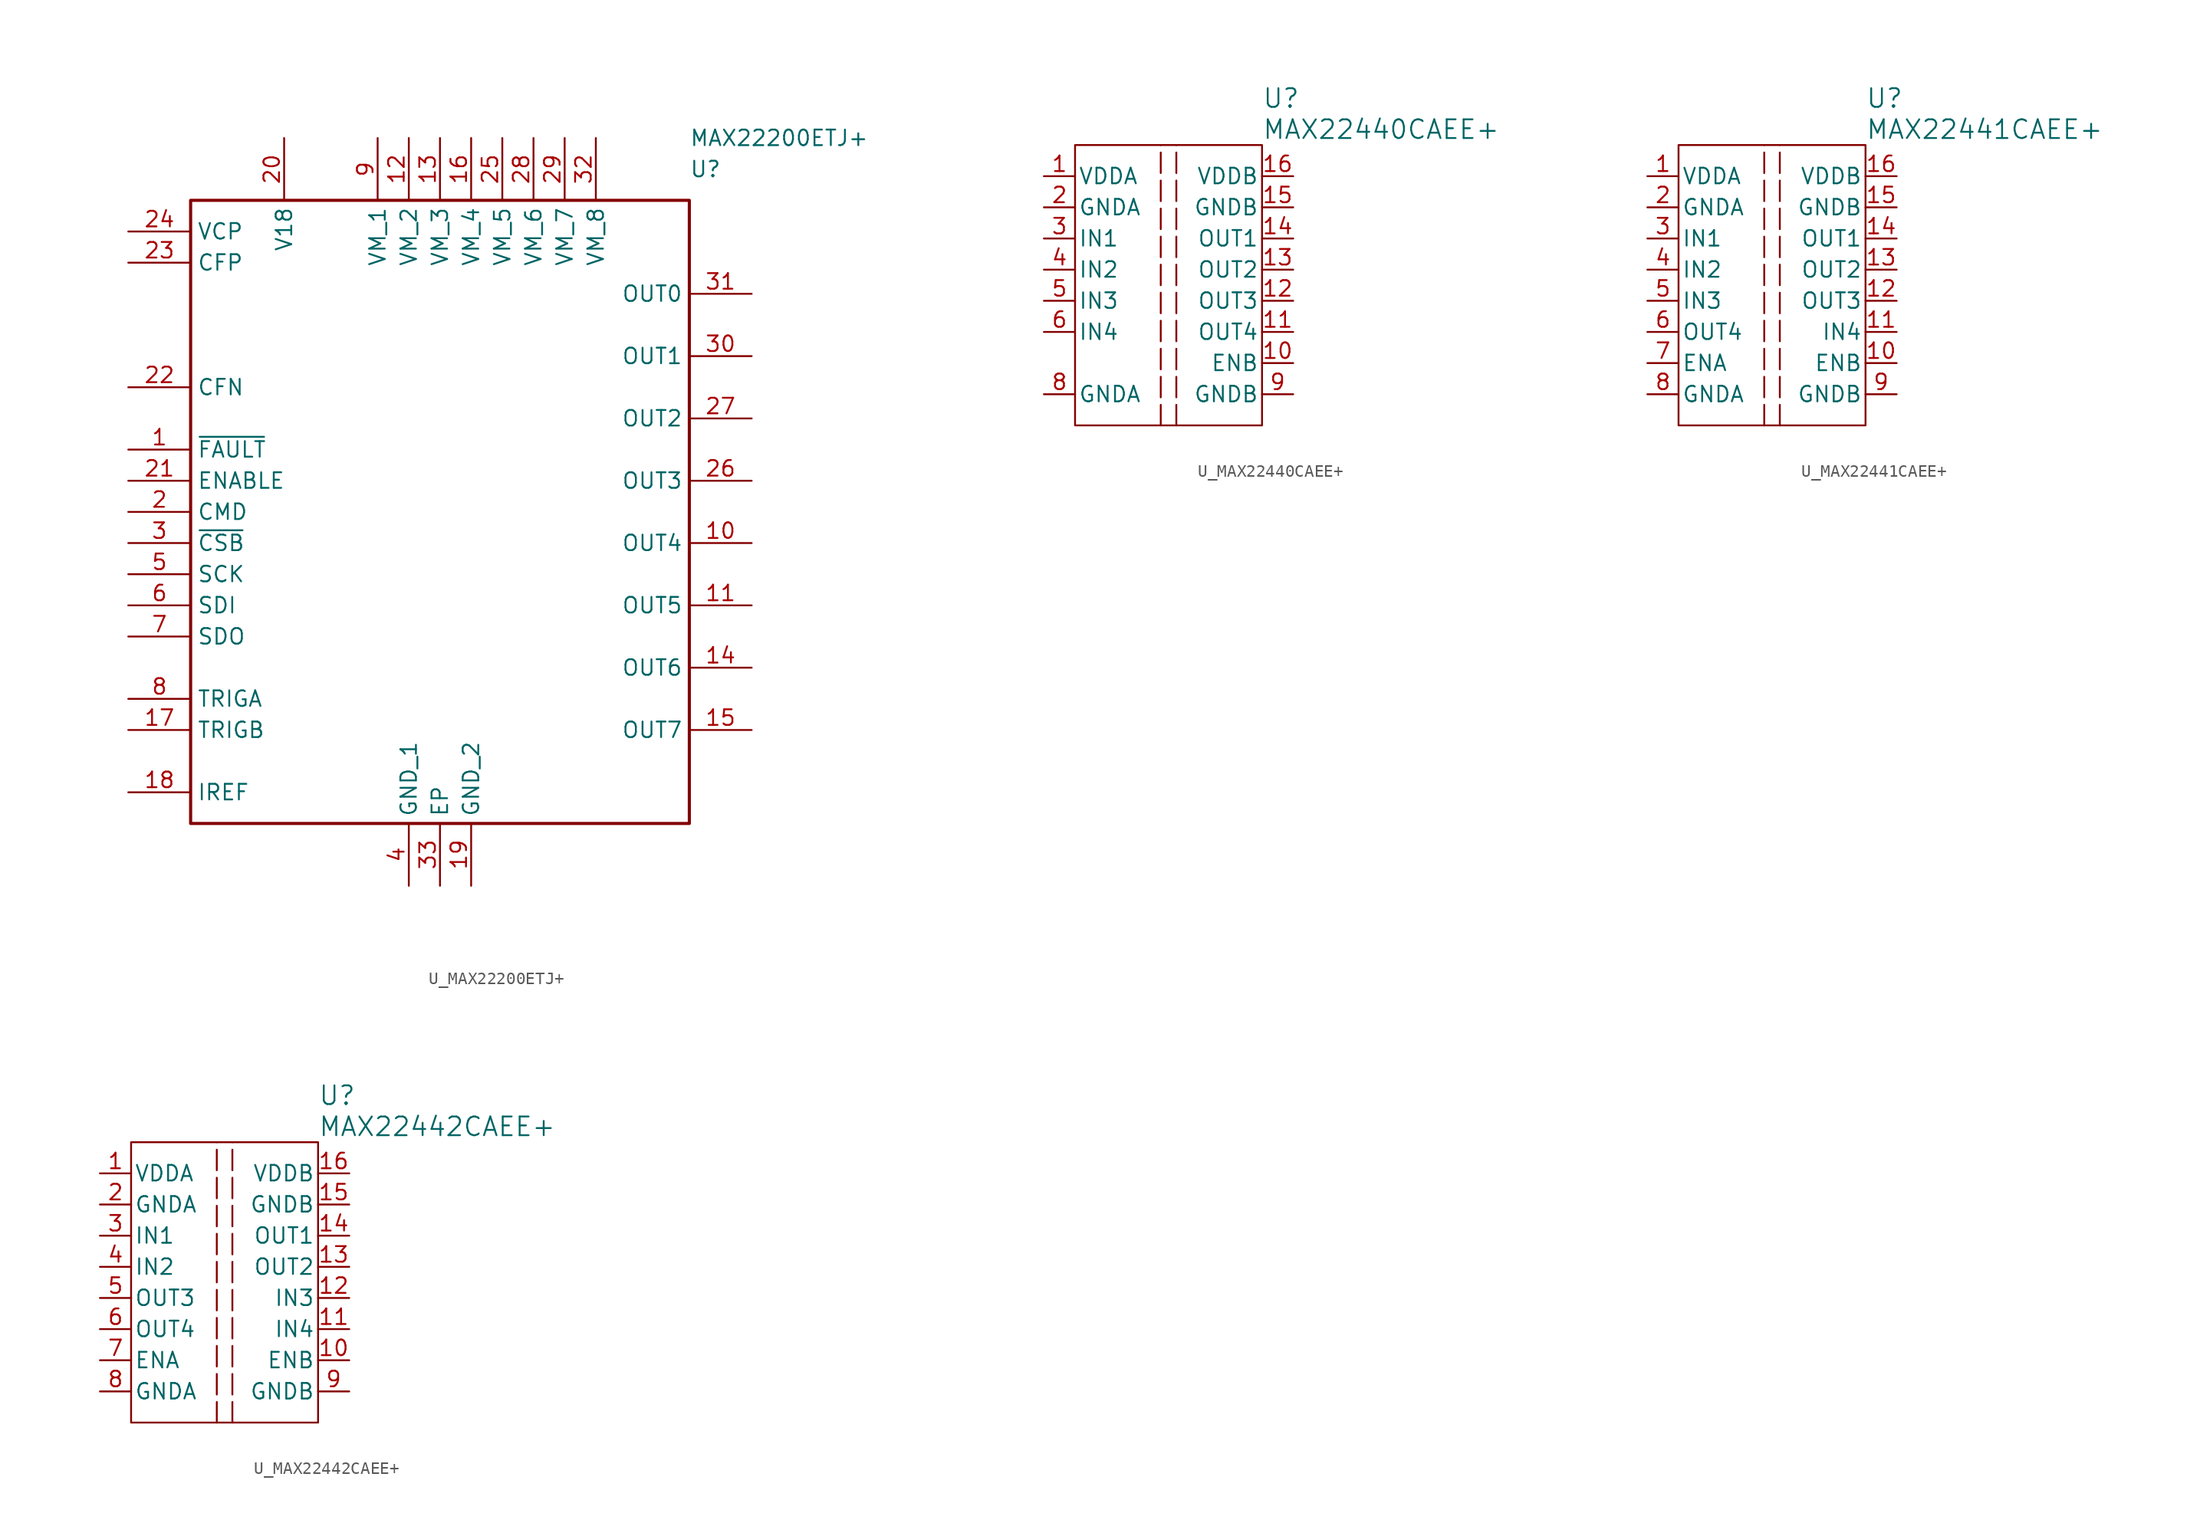
<source format=kicad_sym>
(kicad_symbol_lib
  (version 20241209)
  (generator "kicad_symbol_editor")
  (generator_version "9.0")
  (symbol "U_MAX22200ETJ+"
    (property "Reference" "U"
      (at 20.32 27.94 0)
      (effects (font (size 1.27 1.27)) (justify left)))
    (property "Value" "MAX22200ETJ+"
      (at 20.32 30.48 0)
      (effects (font (size 1.27 1.27)) (justify left)))
    (symbol "U_MAX22200ETJ+_1_1"
      (rectangle (start -20.32 25.4) (end 20.32 -25.4) (stroke (width 0.254) (type default)) (fill (type none)))
      (pin output line (at -25.4 22.86 0) (length 5.08) (name "VCP" (effects (font (size 1.27 1.27)))) (number "24" (effects (font (size 1.27 1.27)))))
      (pin input line (at -25.4 20.32 0) (length 5.08) (name "CFP" (effects (font (size 1.27 1.27)))) (number "23" (effects (font (size 1.27 1.27)))))
      (pin input line (at -25.4 10.16 0) (length 5.08) (name "CFN" (effects (font (size 1.27 1.27)))) (number "22" (effects (font (size 1.27 1.27)))))
      (pin output line (at -25.4 5.08 0) (length 5.08) (name "~{FAULT}" (effects (font (size 1.27 1.27)))) (number "1" (effects (font (size 1.27 1.27)))))
      (pin input line (at -25.4 2.54 0) (length 5.08) (name "ENABLE" (effects (font (size 1.27 1.27)))) (number "21" (effects (font (size 1.27 1.27)))))
      (pin input line (at -25.4 0 0) (length 5.08) (name "CMD" (effects (font (size 1.27 1.27)))) (number "2" (effects (font (size 1.27 1.27)))))
      (pin input line (at -25.4 -2.54 0) (length 5.08) (name "~{CSB}" (effects (font (size 1.27 1.27)))) (number "3" (effects (font (size 1.27 1.27)))))
      (pin input line (at -25.4 -5.08 0) (length 5.08) (name "SCK" (effects (font (size 1.27 1.27)))) (number "5" (effects (font (size 1.27 1.27)))))
      (pin input line (at -25.4 -7.62 0) (length 5.08) (name "SDI" (effects (font (size 1.27 1.27)))) (number "6" (effects (font (size 1.27 1.27)))))
      (pin output line (at -25.4 -10.16 0) (length 5.08) (name "SDO" (effects (font (size 1.27 1.27)))) (number "7" (effects (font (size 1.27 1.27)))))
      (pin input line (at -25.4 -15.24 0) (length 5.08) (name "TRIGA" (effects (font (size 1.27 1.27)))) (number "8" (effects (font (size 1.27 1.27)))))
      (pin input line (at -25.4 -17.78 0) (length 5.08) (name "TRIGB" (effects (font (size 1.27 1.27)))) (number "17" (effects (font (size 1.27 1.27)))))
      (pin input line (at -25.4 -22.86 0) (length 5.08) (name "IREF" (effects (font (size 1.27 1.27)))) (number "18" (effects (font (size 1.27 1.27)))))
      (pin passive line (at -12.7 30.48 270) (length 5.08) (name "V18" (effects (font (size 1.27 1.27)))) (number "20" (effects (font (size 1.27 1.27)))))
      (pin power_in line (at -5.08 30.48 270) (length 5.08) (name "VM_1" (effects (font (size 1.27 1.27)))) (number "9" (effects (font (size 1.27 1.27)))))
      (pin power_in line (at -2.54 30.48 270) (length 5.08) (name "VM_2" (effects (font (size 1.27 1.27)))) (number "12" (effects (font (size 1.27 1.27)))))
      (pin power_in line (at -2.54 -30.48 90) (length 5.08) (name "GND_1" (effects (font (size 1.27 1.27)))) (number "4" (effects (font (size 1.27 1.27)))))
      (pin power_in line (at 0 30.48 270) (length 5.08) (name "VM_3" (effects (font (size 1.27 1.27)))) (number "13" (effects (font (size 1.27 1.27)))))
      (pin power_in line (at 0 -30.48 90) (length 5.08) (name "EP" (effects (font (size 1.27 1.27)))) (number "33" (effects (font (size 1.27 1.27)))))
      (pin power_in line (at 2.54 30.48 270) (length 5.08) (name "VM_4" (effects (font (size 1.27 1.27)))) (number "16" (effects (font (size 1.27 1.27)))))
      (pin power_in line (at 2.54 -30.48 90) (length 5.08) (name "GND_2" (effects (font (size 1.27 1.27)))) (number "19" (effects (font (size 1.27 1.27)))))
      (pin power_in line (at 5.08 30.48 270) (length 5.08) (name "VM_5" (effects (font (size 1.27 1.27)))) (number "25" (effects (font (size 1.27 1.27)))))
      (pin power_in line (at 7.62 30.48 270) (length 5.08) (name "VM_6" (effects (font (size 1.27 1.27)))) (number "28" (effects (font (size 1.27 1.27)))))
      (pin power_in line (at 10.16 30.48 270) (length 5.08) (name "VM_7" (effects (font (size 1.27 1.27)))) (number "29" (effects (font (size 1.27 1.27)))))
      (pin power_in line (at 12.7 30.48 270) (length 5.08) (name "VM_8" (effects (font (size 1.27 1.27)))) (number "32" (effects (font (size 1.27 1.27)))))
      (pin bidirectional line (at 25.4 17.78 180) (length 5.08) (name "OUT0" (effects (font (size 1.27 1.27)))) (number "31" (effects (font (size 1.27 1.27)))))
      (pin bidirectional line (at 25.4 12.7 180) (length 5.08) (name "OUT1" (effects (font (size 1.27 1.27)))) (number "30" (effects (font (size 1.27 1.27)))))
      (pin bidirectional line (at 25.4 7.62 180) (length 5.08) (name "OUT2" (effects (font (size 1.27 1.27)))) (number "27" (effects (font (size 1.27 1.27)))))
      (pin bidirectional line (at 25.4 2.54 180) (length 5.08) (name "OUT3" (effects (font (size 1.27 1.27)))) (number "26" (effects (font (size 1.27 1.27)))))
      (pin bidirectional line (at 25.4 -2.54 180) (length 5.08) (name "OUT4" (effects (font (size 1.27 1.27)))) (number "10" (effects (font (size 1.27 1.27)))))
      (pin bidirectional line (at 25.4 -7.62 180) (length 5.08) (name "OUT5" (effects (font (size 1.27 1.27)))) (number "11" (effects (font (size 1.27 1.27)))))
      (pin bidirectional line (at 25.4 -12.7 180) (length 5.08) (name "OUT6" (effects (font (size 1.27 1.27)))) (number "14" (effects (font (size 1.27 1.27)))))
      (pin bidirectional line (at 25.4 -17.78 180) (length 5.08) (name "OUT7" (effects (font (size 1.27 1.27)))) (number "15" (effects (font (size 1.27 1.27)))))))
  (symbol "U_MAX22440CAEE+"
    (pin_names
      (offset 0.254))
    (property "Reference" "U"
      (at 7.62 15.24 0)
      (effects (font (size 1.524 1.524)) (justify left)))
    (property "Value" "MAX22440CAEE+"
      (at 7.62 12.7 0)
      (effects (font (size 1.524 1.524)) (justify left)))
    (symbol "U_MAX22440CAEE+_0_1"
      (rectangle (start -7.62 11.43) (end 7.62 -11.43) (stroke (width 0) (type default)) (fill (type none))))
    (symbol "U_MAX22440CAEE+_1_1"
      (polyline (pts (xy -0.635 -11.43) (xy -0.635 11.43)) (stroke (width 0) (type dash)) (fill (type none)))
      (polyline (pts (xy 0.635 -11.43) (xy 0.635 11.43)) (stroke (width 0) (type dash)) (fill (type none)))
      (pin power_in line (at -10.16 8.89 0) (length 2.54) (name "VDDA" (effects (font (size 1.27 1.27)))) (number "1" (effects (font (size 1.27 1.27)))))
      (pin power_out line (at -10.16 6.35 0) (length 2.54) (name "GNDA" (effects (font (size 1.27 1.27)))) (number "2" (effects (font (size 1.27 1.27)))))
      (pin input line (at -10.16 3.81 0) (length 2.54) (name "IN1" (effects (font (size 1.27 1.27)))) (number "3" (effects (font (size 1.27 1.27)))))
      (pin input line (at -10.16 1.27 0) (length 2.54) (name "IN2" (effects (font (size 1.27 1.27)))) (number "4" (effects (font (size 1.27 1.27)))))
      (pin input line (at -10.16 -1.27 0) (length 2.54) (name "IN3" (effects (font (size 1.27 1.27)))) (number "5" (effects (font (size 1.27 1.27)))))
      (pin output line (at -10.16 -3.81 0) (length 2.54) (name "IN4" (effects (font (size 1.27 1.27)))) (number "6" (effects (font (size 1.27 1.27)))))
      (pin no_connect line (at -10.16 -6.35 0) (length 2.54) (hide yes) (name "NC" (effects (font (size 1.27 1.27)))) (number "7" (effects (font (size 1.27 1.27)))))
      (pin power_in line (at -10.16 -8.89 0) (length 2.54) (name "GNDA" (effects (font (size 1.27 1.27)))) (number "8" (effects (font (size 1.27 1.27)))))
      (pin power_in line (at 10.16 8.89 180) (length 2.54) (name "VDDB" (effects (font (size 1.27 1.27)))) (number "16" (effects (font (size 1.27 1.27)))))
      (pin power_out line (at 10.16 6.35 180) (length 2.54) (name "GNDB" (effects (font (size 1.27 1.27)))) (number "15" (effects (font (size 1.27 1.27)))))
      (pin output line (at 10.16 3.81 180) (length 2.54) (name "OUT1" (effects (font (size 1.27 1.27)))) (number "14" (effects (font (size 1.27 1.27)))))
      (pin output line (at 10.16 1.27 180) (length 2.54) (name "OUT2" (effects (font (size 1.27 1.27)))) (number "13" (effects (font (size 1.27 1.27)))))
      (pin output line (at 10.16 -1.27 180) (length 2.54) (name "OUT3" (effects (font (size 1.27 1.27)))) (number "12" (effects (font (size 1.27 1.27)))))
      (pin input line (at 10.16 -3.81 180) (length 2.54) (name "OUT4" (effects (font (size 1.27 1.27)))) (number "11" (effects (font (size 1.27 1.27)))))
      (pin unspecified line (at 10.16 -6.35 180) (length 2.54) (name "ENB" (effects (font (size 1.27 1.27)))) (number "10" (effects (font (size 1.27 1.27)))))
      (pin power_in line (at 10.16 -8.89 180) (length 2.54) (name "GNDB" (effects (font (size 1.27 1.27)))) (number "9" (effects (font (size 1.27 1.27)))))))
  (symbol "U_MAX22441CAEE+"
    (pin_names
      (offset 0.254))
    (property "Reference" "U"
      (at 7.62 15.24 0)
      (effects (font (size 1.524 1.524)) (justify left)))
    (property "Value" "MAX22441CAEE+"
      (at 7.62 12.7 0)
      (effects (font (size 1.524 1.524)) (justify left)))
    (symbol "U_MAX22441CAEE+_0_1"
      (rectangle (start -7.62 11.43) (end 7.62 -11.43) (stroke (width 0) (type default)) (fill (type none))))
    (symbol "U_MAX22441CAEE+_1_1"
      (polyline (pts (xy -0.635 -11.43) (xy -0.635 11.43)) (stroke (width 0) (type dash)) (fill (type none)))
      (polyline (pts (xy 0.635 -11.43) (xy 0.635 11.43)) (stroke (width 0) (type dash)) (fill (type none)))
      (pin power_in line (at -10.16 8.89 0) (length 2.54) (name "VDDA" (effects (font (size 1.27 1.27)))) (number "1" (effects (font (size 1.27 1.27)))))
      (pin power_in line (at -10.16 6.35 0) (length 2.54) (name "GNDA" (effects (font (size 1.27 1.27)))) (number "2" (effects (font (size 1.27 1.27)))))
      (pin input line (at -10.16 3.81 0) (length 2.54) (name "IN1" (effects (font (size 1.27 1.27)))) (number "3" (effects (font (size 1.27 1.27)))))
      (pin input line (at -10.16 1.27 0) (length 2.54) (name "IN2" (effects (font (size 1.27 1.27)))) (number "4" (effects (font (size 1.27 1.27)))))
      (pin input line (at -10.16 -1.27 0) (length 2.54) (name "IN3" (effects (font (size 1.27 1.27)))) (number "5" (effects (font (size 1.27 1.27)))))
      (pin output line (at -10.16 -3.81 0) (length 2.54) (name "OUT4" (effects (font (size 1.27 1.27)))) (number "6" (effects (font (size 1.27 1.27)))))
      (pin input line (at -10.16 -6.35 0) (length 2.54) (name "ENA" (effects (font (size 1.27 1.27)))) (number "7" (effects (font (size 1.27 1.27)))))
      (pin power_in line (at -10.16 -8.89 0) (length 2.54) (name "GNDA" (effects (font (size 1.27 1.27)))) (number "8" (effects (font (size 1.27 1.27)))))
      (pin power_in line (at 10.16 8.89 180) (length 2.54) (name "VDDB" (effects (font (size 1.27 1.27)))) (number "16" (effects (font (size 1.27 1.27)))))
      (pin power_in line (at 10.16 6.35 180) (length 2.54) (name "GNDB" (effects (font (size 1.27 1.27)))) (number "15" (effects (font (size 1.27 1.27)))))
      (pin output line (at 10.16 3.81 180) (length 2.54) (name "OUT1" (effects (font (size 1.27 1.27)))) (number "14" (effects (font (size 1.27 1.27)))))
      (pin output line (at 10.16 1.27 180) (length 2.54) (name "OUT2" (effects (font (size 1.27 1.27)))) (number "13" (effects (font (size 1.27 1.27)))))
      (pin output line (at 10.16 -1.27 180) (length 2.54) (name "OUT3" (effects (font (size 1.27 1.27)))) (number "12" (effects (font (size 1.27 1.27)))))
      (pin input line (at 10.16 -3.81 180) (length 2.54) (name "IN4" (effects (font (size 1.27 1.27)))) (number "11" (effects (font (size 1.27 1.27)))))
      (pin input line (at 10.16 -6.35 180) (length 2.54) (name "ENB" (effects (font (size 1.27 1.27)))) (number "10" (effects (font (size 1.27 1.27)))))
      (pin power_in line (at 10.16 -8.89 180) (length 2.54) (name "GNDB" (effects (font (size 1.27 1.27)))) (number "9" (effects (font (size 1.27 1.27)))))))
  (symbol "U_MAX22442CAEE+"
    (pin_names
      (offset 0.254))
    (property "Reference" "U"
      (at 7.62 15.24 0)
      (effects (font (size 1.524 1.524)) (justify left)))
    (property "Value" "MAX22442CAEE+"
      (at 7.62 12.7 0)
      (effects (font (size 1.524 1.524)) (justify left)))
    (symbol "U_MAX22442CAEE+_0_1"
      (rectangle (start -7.62 11.43) (end 7.62 -11.43) (stroke (width 0) (type default)) (fill (type none))))
    (symbol "U_MAX22442CAEE+_1_1"
      (polyline (pts (xy -0.635 -11.43) (xy -0.635 11.43)) (stroke (width 0) (type dash)) (fill (type none)))
      (polyline (pts (xy 0.635 -11.43) (xy 0.635 11.43)) (stroke (width 0) (type dash)) (fill (type none)))
      (pin power_in line (at -10.16 8.89 0) (length 2.54) (name "VDDA" (effects (font (size 1.27 1.27)))) (number "1" (effects (font (size 1.27 1.27)))))
      (pin power_in line (at -10.16 6.35 0) (length 2.54) (name "GNDA" (effects (font (size 1.27 1.27)))) (number "2" (effects (font (size 1.27 1.27)))))
      (pin input line (at -10.16 3.81 0) (length 2.54) (name "IN1" (effects (font (size 1.27 1.27)))) (number "3" (effects (font (size 1.27 1.27)))))
      (pin input line (at -10.16 1.27 0) (length 2.54) (name "IN2" (effects (font (size 1.27 1.27)))) (number "4" (effects (font (size 1.27 1.27)))))
      (pin input line (at -10.16 -1.27 0) (length 2.54) (name "OUT3" (effects (font (size 1.27 1.27)))) (number "5" (effects (font (size 1.27 1.27)))))
      (pin output line (at -10.16 -3.81 0) (length 2.54) (name "OUT4" (effects (font (size 1.27 1.27)))) (number "6" (effects (font (size 1.27 1.27)))))
      (pin input line (at -10.16 -6.35 0) (length 2.54) (name "ENA" (effects (font (size 1.27 1.27)))) (number "7" (effects (font (size 1.27 1.27)))))
      (pin power_in line (at -10.16 -8.89 0) (length 2.54) (name "GNDA" (effects (font (size 1.27 1.27)))) (number "8" (effects (font (size 1.27 1.27)))))
      (pin power_in line (at 10.16 8.89 180) (length 2.54) (name "VDDB" (effects (font (size 1.27 1.27)))) (number "16" (effects (font (size 1.27 1.27)))))
      (pin power_in line (at 10.16 6.35 180) (length 2.54) (name "GNDB" (effects (font (size 1.27 1.27)))) (number "15" (effects (font (size 1.27 1.27)))))
      (pin output line (at 10.16 3.81 180) (length 2.54) (name "OUT1" (effects (font (size 1.27 1.27)))) (number "14" (effects (font (size 1.27 1.27)))))
      (pin output line (at 10.16 1.27 180) (length 2.54) (name "OUT2" (effects (font (size 1.27 1.27)))) (number "13" (effects (font (size 1.27 1.27)))))
      (pin output line (at 10.16 -1.27 180) (length 2.54) (name "IN3" (effects (font (size 1.27 1.27)))) (number "12" (effects (font (size 1.27 1.27)))))
      (pin input line (at 10.16 -3.81 180) (length 2.54) (name "IN4" (effects (font (size 1.27 1.27)))) (number "11" (effects (font (size 1.27 1.27)))))
      (pin input line (at 10.16 -6.35 180) (length 2.54) (name "ENB" (effects (font (size 1.27 1.27)))) (number "10" (effects (font (size 1.27 1.27)))))
      (pin power_in line (at 10.16 -8.89 180) (length 2.54) (name "GNDB" (effects (font (size 1.27 1.27)))) (number "9" (effects (font (size 1.27 1.27))))))))
</source>
